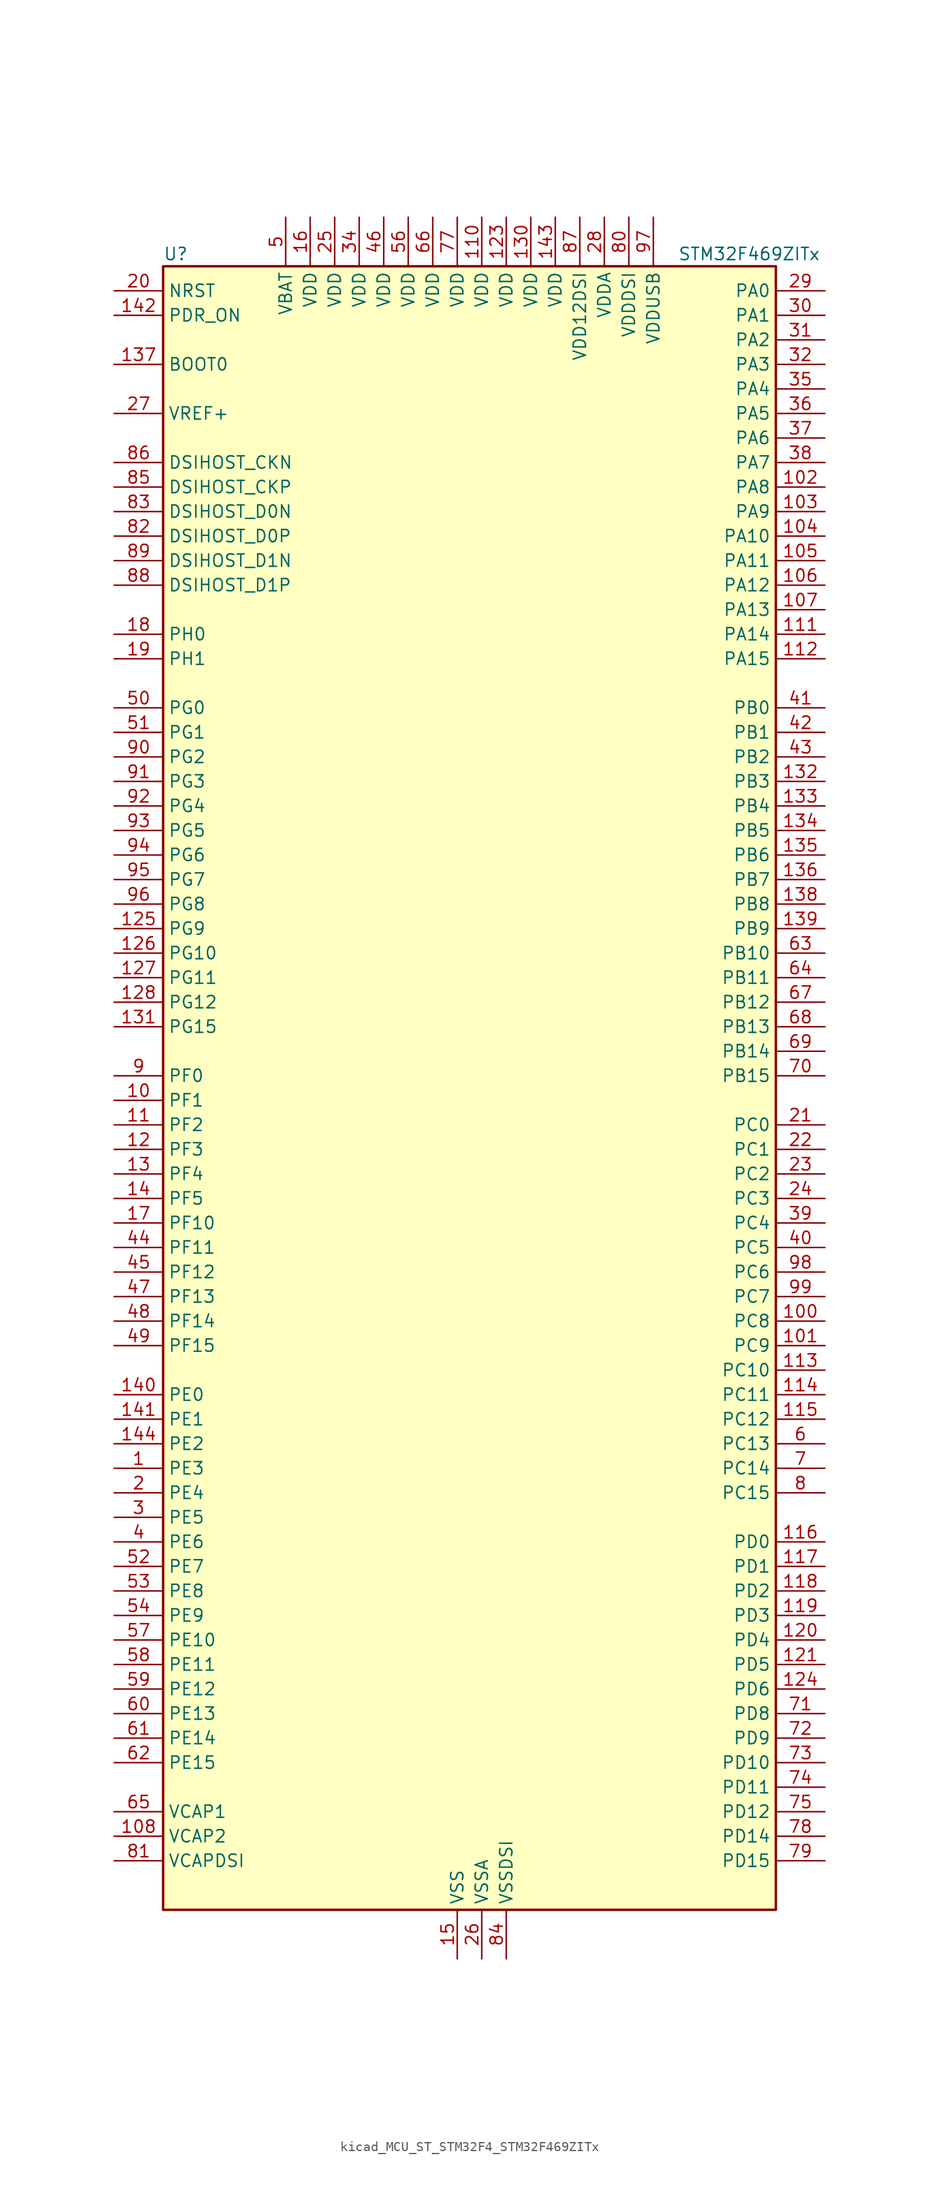
<source format=kicad_sym>
(kicad_symbol_lib
  (version 20220914)
  (generator kicad_symbol_editor)
  (symbol "kicad_MCU_ST_STM32F4_STM32F469ZITx"
    (property "Reference" "U"
      (at -30.48 87.63 0)
      (effects (font (size 1.27 1.27)) (justify left)))
    (property "Value" "STM32F469ZITx"
      (at 22.86 87.63 0)
      (effects (font (size 1.27 1.27)) (justify left)))
    (property "ki_locked" ""
      (at 0 0 0)
      (effects (font (size 1.27 1.27))))
    (symbol "kicad_MCU_ST_STM32F4_STM32F469ZITx_0_1"
      (rectangle (start -30.48 -83.82) (end 33.02 86.36) (stroke (width 0.254) (type default)) (fill (type background))))
    (symbol "kicad_MCU_ST_STM32F4_STM32F469ZITx_1_1"
      (pin bidirectional line (at -35.56 -38.1 0) (length 5.08) (name "PE3" (effects (font (size 1.27 1.27)))) (number "1" (effects (font (size 1.27 1.27)))) (alternate "FMC_A19" bidirectional line) (alternate "SAI1_SD_B" bidirectional line) (alternate "SYS_TRACED0" bidirectional line))
      (pin bidirectional line (at -35.56 0 0) (length 5.08) (name "PF1" (effects (font (size 1.27 1.27)))) (number "10" (effects (font (size 1.27 1.27)))) (alternate "FMC_A1" bidirectional line) (alternate "I2C2_SCL" bidirectional line))
      (pin bidirectional line (at 38.1 -22.86 180) (length 5.08) (name "PC8" (effects (font (size 1.27 1.27)))) (number "100" (effects (font (size 1.27 1.27)))) (alternate "DCMI_D2" bidirectional line) (alternate "SDIO_D0" bidirectional line) (alternate "SYS_TRACED1" bidirectional line) (alternate "TIM3_CH3" bidirectional line) (alternate "TIM8_CH3" bidirectional line) (alternate "USART6_CK" bidirectional line))
      (pin bidirectional line (at 38.1 -25.4 180) (length 5.08) (name "PC9" (effects (font (size 1.27 1.27)))) (number "101" (effects (font (size 1.27 1.27)))) (alternate "DAC_EXTI9" bidirectional line) (alternate "DCMI_D3" bidirectional line) (alternate "I2C3_SDA" bidirectional line) (alternate "I2S_CKIN" bidirectional line) (alternate "QUADSPI_BK1_IO0" bidirectional line) (alternate "RCC_MCO_2" bidirectional line) (alternate "SDIO_D1" bidirectional line) (alternate "TIM3_CH4" bidirectional line) (alternate "TIM8_CH4" bidirectional line))
      (pin bidirectional line (at 38.1 63.5 180) (length 5.08) (name "PA8" (effects (font (size 1.27 1.27)))) (number "102" (effects (font (size 1.27 1.27)))) (alternate "I2C3_SCL" bidirectional line) (alternate "LTDC_R6" bidirectional line) (alternate "RCC_MCO_1" bidirectional line) (alternate "TIM1_CH1" bidirectional line) (alternate "USART1_CK" bidirectional line) (alternate "USB_OTG_FS_SOF" bidirectional line))
      (pin bidirectional line (at 38.1 60.96 180) (length 5.08) (name "PA9" (effects (font (size 1.27 1.27)))) (number "103" (effects (font (size 1.27 1.27)))) (alternate "DAC_EXTI9" bidirectional line) (alternate "DCMI_D0" bidirectional line) (alternate "I2C3_SMBA" bidirectional line) (alternate "I2S2_CK" bidirectional line) (alternate "SPI2_SCK" bidirectional line) (alternate "TIM1_CH2" bidirectional line) (alternate "USART1_TX" bidirectional line) (alternate "USB_OTG_FS_VBUS" bidirectional line))
      (pin bidirectional line (at 38.1 58.42 180) (length 5.08) (name "PA10" (effects (font (size 1.27 1.27)))) (number "104" (effects (font (size 1.27 1.27)))) (alternate "DCMI_D1" bidirectional line) (alternate "TIM1_CH3" bidirectional line) (alternate "USART1_RX" bidirectional line) (alternate "USB_OTG_FS_ID" bidirectional line))
      (pin bidirectional line (at 38.1 55.88 180) (length 5.08) (name "PA11" (effects (font (size 1.27 1.27)))) (number "105" (effects (font (size 1.27 1.27)))) (alternate "ADC1_EXTI11" bidirectional line) (alternate "ADC2_EXTI11" bidirectional line) (alternate "ADC3_EXTI11" bidirectional line) (alternate "CAN1_RX" bidirectional line) (alternate "LTDC_R4" bidirectional line) (alternate "TIM1_CH4" bidirectional line) (alternate "USART1_CTS" bidirectional line) (alternate "USB_OTG_FS_DM" bidirectional line))
      (pin bidirectional line (at 38.1 53.34 180) (length 5.08) (name "PA12" (effects (font (size 1.27 1.27)))) (number "106" (effects (font (size 1.27 1.27)))) (alternate "CAN1_TX" bidirectional line) (alternate "LTDC_R5" bidirectional line) (alternate "TIM1_ETR" bidirectional line) (alternate "USART1_RTS" bidirectional line) (alternate "USB_OTG_FS_DP" bidirectional line))
      (pin bidirectional line (at 38.1 50.8 180) (length 5.08) (name "PA13" (effects (font (size 1.27 1.27)))) (number "107" (effects (font (size 1.27 1.27)))) (alternate "SYS_JTMS-SWDIO" bidirectional line))
      (pin power_out line (at -35.56 -76.2 0) (length 5.08) (name "VCAP2" (effects (font (size 1.27 1.27)))) (number "108" (effects (font (size 1.27 1.27)))))
      (pin passive line (at 0 -88.9 90) (length 5.08) hide (name "VSS" (effects (font (size 1.27 1.27)))) (number "109" (effects (font (size 1.27 1.27)))))
      (pin bidirectional line (at -35.56 -2.54 0) (length 5.08) (name "PF2" (effects (font (size 1.27 1.27)))) (number "11" (effects (font (size 1.27 1.27)))) (alternate "FMC_A2" bidirectional line) (alternate "I2C2_SMBA" bidirectional line))
      (pin power_in line (at 2.54 91.44 270) (length 5.08) (name "VDD" (effects (font (size 1.27 1.27)))) (number "110" (effects (font (size 1.27 1.27)))))
      (pin bidirectional line (at 38.1 48.26 180) (length 5.08) (name "PA14" (effects (font (size 1.27 1.27)))) (number "111" (effects (font (size 1.27 1.27)))) (alternate "SYS_JTCK-SWCLK" bidirectional line))
      (pin bidirectional line (at 38.1 45.72 180) (length 5.08) (name "PA15" (effects (font (size 1.27 1.27)))) (number "112" (effects (font (size 1.27 1.27)))) (alternate "ADC1_EXTI15" bidirectional line) (alternate "ADC2_EXTI15" bidirectional line) (alternate "ADC3_EXTI15" bidirectional line) (alternate "I2S3_WS" bidirectional line) (alternate "SPI1_NSS" bidirectional line) (alternate "SPI3_NSS" bidirectional line) (alternate "SYS_JTDI" bidirectional line) (alternate "TIM2_CH1" bidirectional line) (alternate "TIM2_ETR" bidirectional line))
      (pin bidirectional line (at 38.1 -27.94 180) (length 5.08) (name "PC10" (effects (font (size 1.27 1.27)))) (number "113" (effects (font (size 1.27 1.27)))) (alternate "DCMI_D8" bidirectional line) (alternate "I2S3_CK" bidirectional line) (alternate "LTDC_R2" bidirectional line) (alternate "QUADSPI_BK1_IO1" bidirectional line) (alternate "SDIO_D2" bidirectional line) (alternate "SPI3_SCK" bidirectional line) (alternate "UART4_TX" bidirectional line) (alternate "USART3_TX" bidirectional line))
      (pin bidirectional line (at 38.1 -30.48 180) (length 5.08) (name "PC11" (effects (font (size 1.27 1.27)))) (number "114" (effects (font (size 1.27 1.27)))) (alternate "ADC1_EXTI11" bidirectional line) (alternate "ADC2_EXTI11" bidirectional line) (alternate "ADC3_EXTI11" bidirectional line) (alternate "DCMI_D4" bidirectional line) (alternate "I2S3_ext_SD" bidirectional line) (alternate "QUADSPI_BK2_NCS" bidirectional line) (alternate "SDIO_D3" bidirectional line) (alternate "SPI3_MISO" bidirectional line) (alternate "UART4_RX" bidirectional line) (alternate "USART3_RX" bidirectional line))
      (pin bidirectional line (at 38.1 -33.02 180) (length 5.08) (name "PC12" (effects (font (size 1.27 1.27)))) (number "115" (effects (font (size 1.27 1.27)))) (alternate "DCMI_D9" bidirectional line) (alternate "I2S3_SD" bidirectional line) (alternate "SDIO_CK" bidirectional line) (alternate "SPI3_MOSI" bidirectional line) (alternate "SYS_TRACED3" bidirectional line) (alternate "UART5_TX" bidirectional line) (alternate "USART3_CK" bidirectional line))
      (pin bidirectional line (at 38.1 -45.72 180) (length 5.08) (name "PD0" (effects (font (size 1.27 1.27)))) (number "116" (effects (font (size 1.27 1.27)))) (alternate "CAN1_RX" bidirectional line) (alternate "FMC_D2" bidirectional line) (alternate "FMC_DA2" bidirectional line))
      (pin bidirectional line (at 38.1 -48.26 180) (length 5.08) (name "PD1" (effects (font (size 1.27 1.27)))) (number "117" (effects (font (size 1.27 1.27)))) (alternate "CAN1_TX" bidirectional line) (alternate "FMC_D3" bidirectional line) (alternate "FMC_DA3" bidirectional line))
      (pin bidirectional line (at 38.1 -50.8 180) (length 5.08) (name "PD2" (effects (font (size 1.27 1.27)))) (number "118" (effects (font (size 1.27 1.27)))) (alternate "DCMI_D11" bidirectional line) (alternate "SDIO_CMD" bidirectional line) (alternate "SYS_TRACED2" bidirectional line) (alternate "TIM3_ETR" bidirectional line) (alternate "UART5_RX" bidirectional line))
      (pin bidirectional line (at 38.1 -53.34 180) (length 5.08) (name "PD3" (effects (font (size 1.27 1.27)))) (number "119" (effects (font (size 1.27 1.27)))) (alternate "DCMI_D5" bidirectional line) (alternate "FMC_CLK" bidirectional line) (alternate "I2S2_CK" bidirectional line) (alternate "LTDC_G7" bidirectional line) (alternate "SPI2_SCK" bidirectional line) (alternate "USART2_CTS" bidirectional line))
      (pin bidirectional line (at -35.56 -5.08 0) (length 5.08) (name "PF3" (effects (font (size 1.27 1.27)))) (number "12" (effects (font (size 1.27 1.27)))) (alternate "ADC3_IN9" bidirectional line) (alternate "FMC_A3" bidirectional line))
      (pin bidirectional line (at 38.1 -55.88 180) (length 5.08) (name "PD4" (effects (font (size 1.27 1.27)))) (number "120" (effects (font (size 1.27 1.27)))) (alternate "FMC_NOE" bidirectional line) (alternate "USART2_RTS" bidirectional line))
      (pin bidirectional line (at 38.1 -58.42 180) (length 5.08) (name "PD5" (effects (font (size 1.27 1.27)))) (number "121" (effects (font (size 1.27 1.27)))) (alternate "FMC_NWE" bidirectional line) (alternate "USART2_TX" bidirectional line))
      (pin passive line (at 0 -88.9 90) (length 5.08) hide (name "VSS" (effects (font (size 1.27 1.27)))) (number "122" (effects (font (size 1.27 1.27)))))
      (pin power_in line (at 5.08 91.44 270) (length 5.08) (name "VDD" (effects (font (size 1.27 1.27)))) (number "123" (effects (font (size 1.27 1.27)))))
      (pin bidirectional line (at 38.1 -60.96 180) (length 5.08) (name "PD6" (effects (font (size 1.27 1.27)))) (number "124" (effects (font (size 1.27 1.27)))) (alternate "DCMI_D10" bidirectional line) (alternate "FMC_NWAIT" bidirectional line) (alternate "I2S3_SD" bidirectional line) (alternate "LTDC_B2" bidirectional line) (alternate "SAI1_SD_A" bidirectional line) (alternate "SPI3_MOSI" bidirectional line) (alternate "USART2_RX" bidirectional line))
      (pin bidirectional line (at -35.56 17.78 0) (length 5.08) (name "PG9" (effects (font (size 1.27 1.27)))) (number "125" (effects (font (size 1.27 1.27)))) (alternate "DAC_EXTI9" bidirectional line) (alternate "DCMI_VSYNC" bidirectional line) (alternate "FMC_NCE" bidirectional line) (alternate "FMC_NE2" bidirectional line) (alternate "QUADSPI_BK2_IO2" bidirectional line) (alternate "USART6_RX" bidirectional line))
      (pin bidirectional line (at -35.56 15.24 0) (length 5.08) (name "PG10" (effects (font (size 1.27 1.27)))) (number "126" (effects (font (size 1.27 1.27)))) (alternate "DCMI_D2" bidirectional line) (alternate "FMC_NE3" bidirectional line) (alternate "LTDC_B2" bidirectional line) (alternate "LTDC_G3" bidirectional line))
      (pin bidirectional line (at -35.56 12.7 0) (length 5.08) (name "PG11" (effects (font (size 1.27 1.27)))) (number "127" (effects (font (size 1.27 1.27)))) (alternate "ADC1_EXTI11" bidirectional line) (alternate "ADC2_EXTI11" bidirectional line) (alternate "ADC3_EXTI11" bidirectional line) (alternate "DCMI_D3" bidirectional line) (alternate "LTDC_B3" bidirectional line))
      (pin bidirectional line (at -35.56 10.16 0) (length 5.08) (name "PG12" (effects (font (size 1.27 1.27)))) (number "128" (effects (font (size 1.27 1.27)))) (alternate "FMC_NE4" bidirectional line) (alternate "LTDC_B1" bidirectional line) (alternate "LTDC_B4" bidirectional line) (alternate "USART6_RTS" bidirectional line))
      (pin passive line (at 0 -88.9 90) (length 5.08) hide (name "VSS" (effects (font (size 1.27 1.27)))) (number "129" (effects (font (size 1.27 1.27)))))
      (pin bidirectional line (at -35.56 -7.62 0) (length 5.08) (name "PF4" (effects (font (size 1.27 1.27)))) (number "13" (effects (font (size 1.27 1.27)))) (alternate "ADC3_IN14" bidirectional line) (alternate "FMC_A4" bidirectional line))
      (pin power_in line (at 7.62 91.44 270) (length 5.08) (name "VDD" (effects (font (size 1.27 1.27)))) (number "130" (effects (font (size 1.27 1.27)))))
      (pin bidirectional line (at -35.56 7.62 0) (length 5.08) (name "PG15" (effects (font (size 1.27 1.27)))) (number "131" (effects (font (size 1.27 1.27)))) (alternate "ADC1_EXTI15" bidirectional line) (alternate "ADC2_EXTI15" bidirectional line) (alternate "ADC3_EXTI15" bidirectional line) (alternate "DCMI_D13" bidirectional line) (alternate "FMC_SDNCAS" bidirectional line) (alternate "USART6_CTS" bidirectional line))
      (pin bidirectional line (at 38.1 33.02 180) (length 5.08) (name "PB3" (effects (font (size 1.27 1.27)))) (number "132" (effects (font (size 1.27 1.27)))) (alternate "I2S3_CK" bidirectional line) (alternate "SPI1_SCK" bidirectional line) (alternate "SPI3_SCK" bidirectional line) (alternate "SYS_JTDO-SWO" bidirectional line) (alternate "TIM2_CH2" bidirectional line))
      (pin bidirectional line (at 38.1 30.48 180) (length 5.08) (name "PB4" (effects (font (size 1.27 1.27)))) (number "133" (effects (font (size 1.27 1.27)))) (alternate "I2S3_ext_SD" bidirectional line) (alternate "SPI1_MISO" bidirectional line) (alternate "SPI3_MISO" bidirectional line) (alternate "SYS_JTRST" bidirectional line) (alternate "TIM3_CH1" bidirectional line))
      (pin bidirectional line (at 38.1 27.94 180) (length 5.08) (name "PB5" (effects (font (size 1.27 1.27)))) (number "134" (effects (font (size 1.27 1.27)))) (alternate "CAN2_RX" bidirectional line) (alternate "DCMI_D10" bidirectional line) (alternate "FMC_SDCKE1" bidirectional line) (alternate "I2C1_SMBA" bidirectional line) (alternate "I2S3_SD" bidirectional line) (alternate "LTDC_G7" bidirectional line) (alternate "SPI1_MOSI" bidirectional line) (alternate "SPI3_MOSI" bidirectional line) (alternate "TIM3_CH2" bidirectional line) (alternate "USB_OTG_HS_ULPI_D7" bidirectional line))
      (pin bidirectional line (at 38.1 25.4 180) (length 5.08) (name "PB6" (effects (font (size 1.27 1.27)))) (number "135" (effects (font (size 1.27 1.27)))) (alternate "CAN2_TX" bidirectional line) (alternate "DCMI_D5" bidirectional line) (alternate "FMC_SDNE1" bidirectional line) (alternate "I2C1_SCL" bidirectional line) (alternate "QUADSPI_BK1_NCS" bidirectional line) (alternate "TIM4_CH1" bidirectional line) (alternate "USART1_TX" bidirectional line))
      (pin bidirectional line (at 38.1 22.86 180) (length 5.08) (name "PB7" (effects (font (size 1.27 1.27)))) (number "136" (effects (font (size 1.27 1.27)))) (alternate "DCMI_VSYNC" bidirectional line) (alternate "FMC_NL" bidirectional line) (alternate "I2C1_SDA" bidirectional line) (alternate "TIM4_CH2" bidirectional line) (alternate "USART1_RX" bidirectional line))
      (pin input line (at -35.56 76.2 0) (length 5.08) (name "BOOT0" (effects (font (size 1.27 1.27)))) (number "137" (effects (font (size 1.27 1.27)))))
      (pin bidirectional line (at 38.1 20.32 180) (length 5.08) (name "PB8" (effects (font (size 1.27 1.27)))) (number "138" (effects (font (size 1.27 1.27)))) (alternate "CAN1_RX" bidirectional line) (alternate "DCMI_D6" bidirectional line) (alternate "I2C1_SCL" bidirectional line) (alternate "LTDC_B6" bidirectional line) (alternate "SDIO_D4" bidirectional line) (alternate "TIM10_CH1" bidirectional line) (alternate "TIM4_CH3" bidirectional line))
      (pin bidirectional line (at 38.1 17.78 180) (length 5.08) (name "PB9" (effects (font (size 1.27 1.27)))) (number "139" (effects (font (size 1.27 1.27)))) (alternate "CAN1_TX" bidirectional line) (alternate "DAC_EXTI9" bidirectional line) (alternate "DCMI_D7" bidirectional line) (alternate "I2C1_SDA" bidirectional line) (alternate "I2S2_WS" bidirectional line) (alternate "LTDC_B7" bidirectional line) (alternate "SDIO_D5" bidirectional line) (alternate "SPI2_NSS" bidirectional line) (alternate "TIM11_CH1" bidirectional line) (alternate "TIM4_CH4" bidirectional line))
      (pin bidirectional line (at -35.56 -10.16 0) (length 5.08) (name "PF5" (effects (font (size 1.27 1.27)))) (number "14" (effects (font (size 1.27 1.27)))) (alternate "ADC3_IN15" bidirectional line) (alternate "FMC_A5" bidirectional line))
      (pin bidirectional line (at -35.56 -30.48 0) (length 5.08) (name "PE0" (effects (font (size 1.27 1.27)))) (number "140" (effects (font (size 1.27 1.27)))) (alternate "DCMI_D2" bidirectional line) (alternate "FMC_NBL0" bidirectional line) (alternate "TIM4_ETR" bidirectional line) (alternate "UART8_RX" bidirectional line))
      (pin bidirectional line (at -35.56 -33.02 0) (length 5.08) (name "PE1" (effects (font (size 1.27 1.27)))) (number "141" (effects (font (size 1.27 1.27)))) (alternate "DCMI_D3" bidirectional line) (alternate "FMC_NBL1" bidirectional line) (alternate "UART8_TX" bidirectional line))
      (pin input line (at -35.56 81.28 0) (length 5.08) (name "PDR_ON" (effects (font (size 1.27 1.27)))) (number "142" (effects (font (size 1.27 1.27)))))
      (pin power_in line (at 10.16 91.44 270) (length 5.08) (name "VDD" (effects (font (size 1.27 1.27)))) (number "143" (effects (font (size 1.27 1.27)))))
      (pin bidirectional line (at -35.56 -35.56 0) (length 5.08) (name "PE2" (effects (font (size 1.27 1.27)))) (number "144" (effects (font (size 1.27 1.27)))) (alternate "FMC_A23" bidirectional line) (alternate "QUADSPI_BK1_IO2" bidirectional line) (alternate "SAI1_MCLK_A" bidirectional line) (alternate "SPI4_SCK" bidirectional line) (alternate "SYS_TRACECLK" bidirectional line))
      (pin power_in line (at 0 -88.9 90) (length 5.08) (name "VSS" (effects (font (size 1.27 1.27)))) (number "15" (effects (font (size 1.27 1.27)))))
      (pin power_in line (at -15.24 91.44 270) (length 5.08) (name "VDD" (effects (font (size 1.27 1.27)))) (number "16" (effects (font (size 1.27 1.27)))))
      (pin bidirectional line (at -35.56 -12.7 0) (length 5.08) (name "PF10" (effects (font (size 1.27 1.27)))) (number "17" (effects (font (size 1.27 1.27)))) (alternate "ADC3_IN8" bidirectional line) (alternate "DCMI_D11" bidirectional line) (alternate "LTDC_DE" bidirectional line) (alternate "QUADSPI_CLK" bidirectional line))
      (pin bidirectional line (at -35.56 48.26 0) (length 5.08) (name "PH0" (effects (font (size 1.27 1.27)))) (number "18" (effects (font (size 1.27 1.27)))) (alternate "RCC_OSC_IN" bidirectional line))
      (pin bidirectional line (at -35.56 45.72 0) (length 5.08) (name "PH1" (effects (font (size 1.27 1.27)))) (number "19" (effects (font (size 1.27 1.27)))) (alternate "RCC_OSC_OUT" bidirectional line))
      (pin bidirectional line (at -35.56 -40.64 0) (length 5.08) (name "PE4" (effects (font (size 1.27 1.27)))) (number "2" (effects (font (size 1.27 1.27)))) (alternate "DCMI_D4" bidirectional line) (alternate "FMC_A20" bidirectional line) (alternate "LTDC_B0" bidirectional line) (alternate "SAI1_FS_A" bidirectional line) (alternate "SPI4_NSS" bidirectional line) (alternate "SYS_TRACED1" bidirectional line))
      (pin input line (at -35.56 83.82 0) (length 5.08) (name "NRST" (effects (font (size 1.27 1.27)))) (number "20" (effects (font (size 1.27 1.27)))))
      (pin bidirectional line (at 38.1 -2.54 180) (length 5.08) (name "PC0" (effects (font (size 1.27 1.27)))) (number "21" (effects (font (size 1.27 1.27)))) (alternate "ADC1_IN10" bidirectional line) (alternate "ADC2_IN10" bidirectional line) (alternate "ADC3_IN10" bidirectional line) (alternate "FMC_SDNWE" bidirectional line) (alternate "LTDC_R5" bidirectional line) (alternate "USB_OTG_HS_ULPI_STP" bidirectional line))
      (pin bidirectional line (at 38.1 -5.08 180) (length 5.08) (name "PC1" (effects (font (size 1.27 1.27)))) (number "22" (effects (font (size 1.27 1.27)))) (alternate "ADC1_IN11" bidirectional line) (alternate "ADC2_IN11" bidirectional line) (alternate "ADC3_IN11" bidirectional line) (alternate "I2S2_SD" bidirectional line) (alternate "SAI1_SD_A" bidirectional line) (alternate "SPI2_MOSI" bidirectional line) (alternate "SYS_TRACED0" bidirectional line))
      (pin bidirectional line (at 38.1 -7.62 180) (length 5.08) (name "PC2" (effects (font (size 1.27 1.27)))) (number "23" (effects (font (size 1.27 1.27)))) (alternate "ADC1_IN12" bidirectional line) (alternate "ADC2_IN12" bidirectional line) (alternate "ADC3_IN12" bidirectional line) (alternate "FMC_SDNE0" bidirectional line) (alternate "I2S2_ext_SD" bidirectional line) (alternate "SPI2_MISO" bidirectional line) (alternate "USB_OTG_HS_ULPI_DIR" bidirectional line))
      (pin bidirectional line (at 38.1 -10.16 180) (length 5.08) (name "PC3" (effects (font (size 1.27 1.27)))) (number "24" (effects (font (size 1.27 1.27)))) (alternate "ADC1_IN13" bidirectional line) (alternate "ADC2_IN13" bidirectional line) (alternate "ADC3_IN13" bidirectional line) (alternate "FMC_SDCKE0" bidirectional line) (alternate "I2S2_SD" bidirectional line) (alternate "SPI2_MOSI" bidirectional line) (alternate "USB_OTG_HS_ULPI_NXT" bidirectional line))
      (pin power_in line (at -12.7 91.44 270) (length 5.08) (name "VDD" (effects (font (size 1.27 1.27)))) (number "25" (effects (font (size 1.27 1.27)))))
      (pin power_in line (at 2.54 -88.9 90) (length 5.08) (name "VSSA" (effects (font (size 1.27 1.27)))) (number "26" (effects (font (size 1.27 1.27)))))
      (pin input line (at -35.56 71.12 0) (length 5.08) (name "VREF+" (effects (font (size 1.27 1.27)))) (number "27" (effects (font (size 1.27 1.27)))))
      (pin power_in line (at 15.24 91.44 270) (length 5.08) (name "VDDA" (effects (font (size 1.27 1.27)))) (number "28" (effects (font (size 1.27 1.27)))))
      (pin bidirectional line (at 38.1 83.82 180) (length 5.08) (name "PA0" (effects (font (size 1.27 1.27)))) (number "29" (effects (font (size 1.27 1.27)))) (alternate "ADC1_IN0" bidirectional line) (alternate "ADC2_IN0" bidirectional line) (alternate "ADC3_IN0" bidirectional line) (alternate "SYS_WKUP" bidirectional line) (alternate "TIM2_CH1" bidirectional line) (alternate "TIM2_ETR" bidirectional line) (alternate "TIM5_CH1" bidirectional line) (alternate "TIM8_ETR" bidirectional line) (alternate "UART4_TX" bidirectional line) (alternate "USART2_CTS" bidirectional line))
      (pin bidirectional line (at -35.56 -43.18 0) (length 5.08) (name "PE5" (effects (font (size 1.27 1.27)))) (number "3" (effects (font (size 1.27 1.27)))) (alternate "DCMI_D6" bidirectional line) (alternate "FMC_A21" bidirectional line) (alternate "LTDC_G0" bidirectional line) (alternate "SAI1_SCK_A" bidirectional line) (alternate "SPI4_MISO" bidirectional line) (alternate "SYS_TRACED2" bidirectional line) (alternate "TIM9_CH1" bidirectional line))
      (pin bidirectional line (at 38.1 81.28 180) (length 5.08) (name "PA1" (effects (font (size 1.27 1.27)))) (number "30" (effects (font (size 1.27 1.27)))) (alternate "ADC1_IN1" bidirectional line) (alternate "ADC2_IN1" bidirectional line) (alternate "ADC3_IN1" bidirectional line) (alternate "LTDC_R2" bidirectional line) (alternate "QUADSPI_BK1_IO3" bidirectional line) (alternate "TIM2_CH2" bidirectional line) (alternate "TIM5_CH2" bidirectional line) (alternate "UART4_RX" bidirectional line) (alternate "USART2_RTS" bidirectional line))
      (pin bidirectional line (at 38.1 78.74 180) (length 5.08) (name "PA2" (effects (font (size 1.27 1.27)))) (number "31" (effects (font (size 1.27 1.27)))) (alternate "ADC1_IN2" bidirectional line) (alternate "ADC2_IN2" bidirectional line) (alternate "ADC3_IN2" bidirectional line) (alternate "LTDC_R1" bidirectional line) (alternate "TIM2_CH3" bidirectional line) (alternate "TIM5_CH3" bidirectional line) (alternate "TIM9_CH1" bidirectional line) (alternate "USART2_TX" bidirectional line))
      (pin bidirectional line (at 38.1 76.2 180) (length 5.08) (name "PA3" (effects (font (size 1.27 1.27)))) (number "32" (effects (font (size 1.27 1.27)))) (alternate "ADC1_IN3" bidirectional line) (alternate "ADC2_IN3" bidirectional line) (alternate "ADC3_IN3" bidirectional line) (alternate "LTDC_B2" bidirectional line) (alternate "LTDC_B5" bidirectional line) (alternate "TIM2_CH4" bidirectional line) (alternate "TIM5_CH4" bidirectional line) (alternate "TIM9_CH2" bidirectional line) (alternate "USART2_RX" bidirectional line) (alternate "USB_OTG_HS_ULPI_D0" bidirectional line))
      (pin passive line (at 0 -88.9 90) (length 5.08) hide (name "VSS" (effects (font (size 1.27 1.27)))) (number "33" (effects (font (size 1.27 1.27)))))
      (pin power_in line (at -10.16 91.44 270) (length 5.08) (name "VDD" (effects (font (size 1.27 1.27)))) (number "34" (effects (font (size 1.27 1.27)))))
      (pin bidirectional line (at 38.1 73.66 180) (length 5.08) (name "PA4" (effects (font (size 1.27 1.27)))) (number "35" (effects (font (size 1.27 1.27)))) (alternate "ADC1_IN4" bidirectional line) (alternate "ADC2_IN4" bidirectional line) (alternate "DAC_OUT1" bidirectional line) (alternate "DCMI_HSYNC" bidirectional line) (alternate "I2S3_WS" bidirectional line) (alternate "LTDC_VSYNC" bidirectional line) (alternate "SPI1_NSS" bidirectional line) (alternate "SPI3_NSS" bidirectional line) (alternate "USART2_CK" bidirectional line) (alternate "USB_OTG_HS_SOF" bidirectional line))
      (pin bidirectional line (at 38.1 71.12 180) (length 5.08) (name "PA5" (effects (font (size 1.27 1.27)))) (number "36" (effects (font (size 1.27 1.27)))) (alternate "ADC1_IN5" bidirectional line) (alternate "ADC2_IN5" bidirectional line) (alternate "DAC_OUT2" bidirectional line) (alternate "LTDC_R4" bidirectional line) (alternate "SPI1_SCK" bidirectional line) (alternate "TIM2_CH1" bidirectional line) (alternate "TIM2_ETR" bidirectional line) (alternate "TIM8_CH1N" bidirectional line) (alternate "USB_OTG_HS_ULPI_CK" bidirectional line))
      (pin bidirectional line (at 38.1 68.58 180) (length 5.08) (name "PA6" (effects (font (size 1.27 1.27)))) (number "37" (effects (font (size 1.27 1.27)))) (alternate "ADC1_IN6" bidirectional line) (alternate "ADC2_IN6" bidirectional line) (alternate "DCMI_PIXCLK" bidirectional line) (alternate "LTDC_G2" bidirectional line) (alternate "SPI1_MISO" bidirectional line) (alternate "TIM13_CH1" bidirectional line) (alternate "TIM1_BKIN" bidirectional line) (alternate "TIM3_CH1" bidirectional line) (alternate "TIM8_BKIN" bidirectional line))
      (pin bidirectional line (at 38.1 66.04 180) (length 5.08) (name "PA7" (effects (font (size 1.27 1.27)))) (number "38" (effects (font (size 1.27 1.27)))) (alternate "ADC1_IN7" bidirectional line) (alternate "ADC2_IN7" bidirectional line) (alternate "FMC_SDNWE" bidirectional line) (alternate "QUADSPI_CLK" bidirectional line) (alternate "SPI1_MOSI" bidirectional line) (alternate "TIM14_CH1" bidirectional line) (alternate "TIM1_CH1N" bidirectional line) (alternate "TIM3_CH2" bidirectional line) (alternate "TIM8_CH1N" bidirectional line))
      (pin bidirectional line (at 38.1 -12.7 180) (length 5.08) (name "PC4" (effects (font (size 1.27 1.27)))) (number "39" (effects (font (size 1.27 1.27)))) (alternate "ADC1_IN14" bidirectional line) (alternate "ADC2_IN14" bidirectional line) (alternate "FMC_SDNE0" bidirectional line))
      (pin bidirectional line (at -35.56 -45.72 0) (length 5.08) (name "PE6" (effects (font (size 1.27 1.27)))) (number "4" (effects (font (size 1.27 1.27)))) (alternate "DCMI_D7" bidirectional line) (alternate "FMC_A22" bidirectional line) (alternate "LTDC_G1" bidirectional line) (alternate "SAI1_SD_A" bidirectional line) (alternate "SPI4_MOSI" bidirectional line) (alternate "SYS_TRACED3" bidirectional line) (alternate "TIM9_CH2" bidirectional line))
      (pin bidirectional line (at 38.1 -15.24 180) (length 5.08) (name "PC5" (effects (font (size 1.27 1.27)))) (number "40" (effects (font (size 1.27 1.27)))) (alternate "ADC1_IN15" bidirectional line) (alternate "ADC2_IN15" bidirectional line) (alternate "FMC_SDCKE0" bidirectional line))
      (pin bidirectional line (at 38.1 40.64 180) (length 5.08) (name "PB0" (effects (font (size 1.27 1.27)))) (number "41" (effects (font (size 1.27 1.27)))) (alternate "ADC1_IN8" bidirectional line) (alternate "ADC2_IN8" bidirectional line) (alternate "LTDC_G1" bidirectional line) (alternate "LTDC_R3" bidirectional line) (alternate "TIM1_CH2N" bidirectional line) (alternate "TIM3_CH3" bidirectional line) (alternate "TIM8_CH2N" bidirectional line) (alternate "USB_OTG_HS_ULPI_D1" bidirectional line))
      (pin bidirectional line (at 38.1 38.1 180) (length 5.08) (name "PB1" (effects (font (size 1.27 1.27)))) (number "42" (effects (font (size 1.27 1.27)))) (alternate "ADC1_IN9" bidirectional line) (alternate "ADC2_IN9" bidirectional line) (alternate "LTDC_G0" bidirectional line) (alternate "LTDC_R6" bidirectional line) (alternate "TIM1_CH3N" bidirectional line) (alternate "TIM3_CH4" bidirectional line) (alternate "TIM8_CH3N" bidirectional line) (alternate "USB_OTG_HS_ULPI_D2" bidirectional line))
      (pin bidirectional line (at 38.1 35.56 180) (length 5.08) (name "PB2" (effects (font (size 1.27 1.27)))) (number "43" (effects (font (size 1.27 1.27)))))
      (pin bidirectional line (at -35.56 -15.24 0) (length 5.08) (name "PF11" (effects (font (size 1.27 1.27)))) (number "44" (effects (font (size 1.27 1.27)))) (alternate "ADC1_EXTI11" bidirectional line) (alternate "ADC2_EXTI11" bidirectional line) (alternate "ADC3_EXTI11" bidirectional line) (alternate "DCMI_D12" bidirectional line) (alternate "FMC_SDNRAS" bidirectional line))
      (pin bidirectional line (at -35.56 -17.78 0) (length 5.08) (name "PF12" (effects (font (size 1.27 1.27)))) (number "45" (effects (font (size 1.27 1.27)))) (alternate "FMC_A6" bidirectional line))
      (pin power_in line (at -7.62 91.44 270) (length 5.08) (name "VDD" (effects (font (size 1.27 1.27)))) (number "46" (effects (font (size 1.27 1.27)))))
      (pin bidirectional line (at -35.56 -20.32 0) (length 5.08) (name "PF13" (effects (font (size 1.27 1.27)))) (number "47" (effects (font (size 1.27 1.27)))) (alternate "FMC_A7" bidirectional line))
      (pin bidirectional line (at -35.56 -22.86 0) (length 5.08) (name "PF14" (effects (font (size 1.27 1.27)))) (number "48" (effects (font (size 1.27 1.27)))) (alternate "FMC_A8" bidirectional line))
      (pin bidirectional line (at -35.56 -25.4 0) (length 5.08) (name "PF15" (effects (font (size 1.27 1.27)))) (number "49" (effects (font (size 1.27 1.27)))) (alternate "ADC1_EXTI15" bidirectional line) (alternate "ADC2_EXTI15" bidirectional line) (alternate "ADC3_EXTI15" bidirectional line) (alternate "FMC_A9" bidirectional line))
      (pin power_in line (at -17.78 91.44 270) (length 5.08) (name "VBAT" (effects (font (size 1.27 1.27)))) (number "5" (effects (font (size 1.27 1.27)))))
      (pin bidirectional line (at -35.56 40.64 0) (length 5.08) (name "PG0" (effects (font (size 1.27 1.27)))) (number "50" (effects (font (size 1.27 1.27)))) (alternate "FMC_A10" bidirectional line))
      (pin bidirectional line (at -35.56 38.1 0) (length 5.08) (name "PG1" (effects (font (size 1.27 1.27)))) (number "51" (effects (font (size 1.27 1.27)))) (alternate "FMC_A11" bidirectional line))
      (pin bidirectional line (at -35.56 -48.26 0) (length 5.08) (name "PE7" (effects (font (size 1.27 1.27)))) (number "52" (effects (font (size 1.27 1.27)))) (alternate "FMC_D4" bidirectional line) (alternate "FMC_DA4" bidirectional line) (alternate "QUADSPI_BK2_IO0" bidirectional line) (alternate "TIM1_ETR" bidirectional line) (alternate "UART7_RX" bidirectional line))
      (pin bidirectional line (at -35.56 -50.8 0) (length 5.08) (name "PE8" (effects (font (size 1.27 1.27)))) (number "53" (effects (font (size 1.27 1.27)))) (alternate "FMC_D5" bidirectional line) (alternate "FMC_DA5" bidirectional line) (alternate "QUADSPI_BK2_IO1" bidirectional line) (alternate "TIM1_CH1N" bidirectional line) (alternate "UART7_TX" bidirectional line))
      (pin bidirectional line (at -35.56 -53.34 0) (length 5.08) (name "PE9" (effects (font (size 1.27 1.27)))) (number "54" (effects (font (size 1.27 1.27)))) (alternate "DAC_EXTI9" bidirectional line) (alternate "FMC_D6" bidirectional line) (alternate "FMC_DA6" bidirectional line) (alternate "QUADSPI_BK2_IO2" bidirectional line) (alternate "TIM1_CH1" bidirectional line))
      (pin passive line (at 0 -88.9 90) (length 5.08) hide (name "VSS" (effects (font (size 1.27 1.27)))) (number "55" (effects (font (size 1.27 1.27)))))
      (pin power_in line (at -5.08 91.44 270) (length 5.08) (name "VDD" (effects (font (size 1.27 1.27)))) (number "56" (effects (font (size 1.27 1.27)))))
      (pin bidirectional line (at -35.56 -55.88 0) (length 5.08) (name "PE10" (effects (font (size 1.27 1.27)))) (number "57" (effects (font (size 1.27 1.27)))) (alternate "FMC_D7" bidirectional line) (alternate "FMC_DA7" bidirectional line) (alternate "QUADSPI_BK2_IO3" bidirectional line) (alternate "TIM1_CH2N" bidirectional line))
      (pin bidirectional line (at -35.56 -58.42 0) (length 5.08) (name "PE11" (effects (font (size 1.27 1.27)))) (number "58" (effects (font (size 1.27 1.27)))) (alternate "ADC1_EXTI11" bidirectional line) (alternate "ADC2_EXTI11" bidirectional line) (alternate "ADC3_EXTI11" bidirectional line) (alternate "FMC_D8" bidirectional line) (alternate "FMC_DA8" bidirectional line) (alternate "LTDC_G3" bidirectional line) (alternate "SPI4_NSS" bidirectional line) (alternate "TIM1_CH2" bidirectional line))
      (pin bidirectional line (at -35.56 -60.96 0) (length 5.08) (name "PE12" (effects (font (size 1.27 1.27)))) (number "59" (effects (font (size 1.27 1.27)))) (alternate "FMC_D9" bidirectional line) (alternate "FMC_DA9" bidirectional line) (alternate "LTDC_B4" bidirectional line) (alternate "SPI4_SCK" bidirectional line) (alternate "TIM1_CH3N" bidirectional line))
      (pin bidirectional line (at 38.1 -35.56 180) (length 5.08) (name "PC13" (effects (font (size 1.27 1.27)))) (number "6" (effects (font (size 1.27 1.27)))) (alternate "RTC_AF1" bidirectional line))
      (pin bidirectional line (at -35.56 -63.5 0) (length 5.08) (name "PE13" (effects (font (size 1.27 1.27)))) (number "60" (effects (font (size 1.27 1.27)))) (alternate "FMC_D10" bidirectional line) (alternate "FMC_DA10" bidirectional line) (alternate "LTDC_DE" bidirectional line) (alternate "SPI4_MISO" bidirectional line) (alternate "TIM1_CH3" bidirectional line))
      (pin bidirectional line (at -35.56 -66.04 0) (length 5.08) (name "PE14" (effects (font (size 1.27 1.27)))) (number "61" (effects (font (size 1.27 1.27)))) (alternate "FMC_D11" bidirectional line) (alternate "FMC_DA11" bidirectional line) (alternate "LTDC_CLK" bidirectional line) (alternate "SPI4_MOSI" bidirectional line) (alternate "TIM1_CH4" bidirectional line))
      (pin bidirectional line (at -35.56 -68.58 0) (length 5.08) (name "PE15" (effects (font (size 1.27 1.27)))) (number "62" (effects (font (size 1.27 1.27)))) (alternate "ADC1_EXTI15" bidirectional line) (alternate "ADC2_EXTI15" bidirectional line) (alternate "ADC3_EXTI15" bidirectional line) (alternate "FMC_D12" bidirectional line) (alternate "FMC_DA12" bidirectional line) (alternate "LTDC_R7" bidirectional line) (alternate "TIM1_BKIN" bidirectional line))
      (pin bidirectional line (at 38.1 15.24 180) (length 5.08) (name "PB10" (effects (font (size 1.27 1.27)))) (number "63" (effects (font (size 1.27 1.27)))) (alternate "I2C2_SCL" bidirectional line) (alternate "I2S2_CK" bidirectional line) (alternate "LTDC_G4" bidirectional line) (alternate "QUADSPI_BK1_NCS" bidirectional line) (alternate "SPI2_SCK" bidirectional line) (alternate "TIM2_CH3" bidirectional line) (alternate "USART3_TX" bidirectional line) (alternate "USB_OTG_HS_ULPI_D3" bidirectional line))
      (pin bidirectional line (at 38.1 12.7 180) (length 5.08) (name "PB11" (effects (font (size 1.27 1.27)))) (number "64" (effects (font (size 1.27 1.27)))) (alternate "ADC1_EXTI11" bidirectional line) (alternate "ADC2_EXTI11" bidirectional line) (alternate "ADC3_EXTI11" bidirectional line) (alternate "DSIHOST_TE" bidirectional line) (alternate "I2C2_SDA" bidirectional line) (alternate "LTDC_G5" bidirectional line) (alternate "TIM2_CH4" bidirectional line) (alternate "USART3_RX" bidirectional line) (alternate "USB_OTG_HS_ULPI_D4" bidirectional line))
      (pin power_out line (at -35.56 -73.66 0) (length 5.08) (name "VCAP1" (effects (font (size 1.27 1.27)))) (number "65" (effects (font (size 1.27 1.27)))))
      (pin power_in line (at -2.54 91.44 270) (length 5.08) (name "VDD" (effects (font (size 1.27 1.27)))) (number "66" (effects (font (size 1.27 1.27)))))
      (pin bidirectional line (at 38.1 10.16 180) (length 5.08) (name "PB12" (effects (font (size 1.27 1.27)))) (number "67" (effects (font (size 1.27 1.27)))) (alternate "CAN2_RX" bidirectional line) (alternate "I2C2_SMBA" bidirectional line) (alternate "I2S2_WS" bidirectional line) (alternate "SPI2_NSS" bidirectional line) (alternate "TIM1_BKIN" bidirectional line) (alternate "USART3_CK" bidirectional line) (alternate "USB_OTG_HS_ID" bidirectional line) (alternate "USB_OTG_HS_ULPI_D5" bidirectional line))
      (pin bidirectional line (at 38.1 7.62 180) (length 5.08) (name "PB13" (effects (font (size 1.27 1.27)))) (number "68" (effects (font (size 1.27 1.27)))) (alternate "CAN2_TX" bidirectional line) (alternate "I2S2_CK" bidirectional line) (alternate "SPI2_SCK" bidirectional line) (alternate "TIM1_CH1N" bidirectional line) (alternate "USART3_CTS" bidirectional line) (alternate "USB_OTG_HS_ULPI_D6" bidirectional line) (alternate "USB_OTG_HS_VBUS" bidirectional line))
      (pin bidirectional line (at 38.1 5.08 180) (length 5.08) (name "PB14" (effects (font (size 1.27 1.27)))) (number "69" (effects (font (size 1.27 1.27)))) (alternate "I2S2_ext_SD" bidirectional line) (alternate "SPI2_MISO" bidirectional line) (alternate "TIM12_CH1" bidirectional line) (alternate "TIM1_CH2N" bidirectional line) (alternate "TIM8_CH2N" bidirectional line) (alternate "USART3_RTS" bidirectional line) (alternate "USB_OTG_HS_DM" bidirectional line))
      (pin bidirectional line (at 38.1 -38.1 180) (length 5.08) (name "PC14" (effects (font (size 1.27 1.27)))) (number "7" (effects (font (size 1.27 1.27)))) (alternate "RCC_OSC32_IN" bidirectional line))
      (pin bidirectional line (at 38.1 2.54 180) (length 5.08) (name "PB15" (effects (font (size 1.27 1.27)))) (number "70" (effects (font (size 1.27 1.27)))) (alternate "ADC1_EXTI15" bidirectional line) (alternate "ADC2_EXTI15" bidirectional line) (alternate "ADC3_EXTI15" bidirectional line) (alternate "I2S2_SD" bidirectional line) (alternate "RTC_REFIN" bidirectional line) (alternate "SPI2_MOSI" bidirectional line) (alternate "TIM12_CH2" bidirectional line) (alternate "TIM1_CH3N" bidirectional line) (alternate "TIM8_CH3N" bidirectional line) (alternate "USB_OTG_HS_DP" bidirectional line))
      (pin bidirectional line (at 38.1 -63.5 180) (length 5.08) (name "PD8" (effects (font (size 1.27 1.27)))) (number "71" (effects (font (size 1.27 1.27)))) (alternate "FMC_D13" bidirectional line) (alternate "FMC_DA13" bidirectional line) (alternate "USART3_TX" bidirectional line))
      (pin bidirectional line (at 38.1 -66.04 180) (length 5.08) (name "PD9" (effects (font (size 1.27 1.27)))) (number "72" (effects (font (size 1.27 1.27)))) (alternate "DAC_EXTI9" bidirectional line) (alternate "FMC_D14" bidirectional line) (alternate "FMC_DA14" bidirectional line) (alternate "USART3_RX" bidirectional line))
      (pin bidirectional line (at 38.1 -68.58 180) (length 5.08) (name "PD10" (effects (font (size 1.27 1.27)))) (number "73" (effects (font (size 1.27 1.27)))) (alternate "FMC_D15" bidirectional line) (alternate "FMC_DA15" bidirectional line) (alternate "LTDC_B3" bidirectional line) (alternate "USART3_CK" bidirectional line))
      (pin bidirectional line (at 38.1 -71.12 180) (length 5.08) (name "PD11" (effects (font (size 1.27 1.27)))) (number "74" (effects (font (size 1.27 1.27)))) (alternate "ADC1_EXTI11" bidirectional line) (alternate "ADC2_EXTI11" bidirectional line) (alternate "ADC3_EXTI11" bidirectional line) (alternate "FMC_A16" bidirectional line) (alternate "FMC_CLE" bidirectional line) (alternate "QUADSPI_BK1_IO0" bidirectional line) (alternate "USART3_CTS" bidirectional line))
      (pin bidirectional line (at 38.1 -73.66 180) (length 5.08) (name "PD12" (effects (font (size 1.27 1.27)))) (number "75" (effects (font (size 1.27 1.27)))) (alternate "FMC_A17" bidirectional line) (alternate "FMC_ALE" bidirectional line) (alternate "QUADSPI_BK1_IO1" bidirectional line) (alternate "TIM4_CH1" bidirectional line) (alternate "USART3_RTS" bidirectional line))
      (pin passive line (at 0 -88.9 90) (length 5.08) hide (name "VSS" (effects (font (size 1.27 1.27)))) (number "76" (effects (font (size 1.27 1.27)))))
      (pin power_in line (at 0 91.44 270) (length 5.08) (name "VDD" (effects (font (size 1.27 1.27)))) (number "77" (effects (font (size 1.27 1.27)))))
      (pin bidirectional line (at 38.1 -76.2 180) (length 5.08) (name "PD14" (effects (font (size 1.27 1.27)))) (number "78" (effects (font (size 1.27 1.27)))) (alternate "FMC_D0" bidirectional line) (alternate "FMC_DA0" bidirectional line) (alternate "TIM4_CH3" bidirectional line))
      (pin bidirectional line (at 38.1 -78.74 180) (length 5.08) (name "PD15" (effects (font (size 1.27 1.27)))) (number "79" (effects (font (size 1.27 1.27)))) (alternate "ADC1_EXTI15" bidirectional line) (alternate "ADC2_EXTI15" bidirectional line) (alternate "ADC3_EXTI15" bidirectional line) (alternate "FMC_D1" bidirectional line) (alternate "FMC_DA1" bidirectional line) (alternate "TIM4_CH4" bidirectional line))
      (pin bidirectional line (at 38.1 -40.64 180) (length 5.08) (name "PC15" (effects (font (size 1.27 1.27)))) (number "8" (effects (font (size 1.27 1.27)))) (alternate "ADC1_EXTI15" bidirectional line) (alternate "ADC2_EXTI15" bidirectional line) (alternate "ADC3_EXTI15" bidirectional line) (alternate "RCC_OSC32_OUT" bidirectional line))
      (pin power_in line (at 17.78 91.44 270) (length 5.08) (name "VDDDSI" (effects (font (size 1.27 1.27)))) (number "80" (effects (font (size 1.27 1.27)))))
      (pin power_out line (at -35.56 -78.74 0) (length 5.08) (name "VCAPDSI" (effects (font (size 1.27 1.27)))) (number "81" (effects (font (size 1.27 1.27)))))
      (pin bidirectional line (at -35.56 58.42 0) (length 5.08) (name "DSIHOST_D0P" (effects (font (size 1.27 1.27)))) (number "82" (effects (font (size 1.27 1.27)))) (alternate "DSIHOST_D0P" bidirectional line))
      (pin bidirectional line (at -35.56 60.96 0) (length 5.08) (name "DSIHOST_D0N" (effects (font (size 1.27 1.27)))) (number "83" (effects (font (size 1.27 1.27)))) (alternate "DSIHOST_D0N" bidirectional line))
      (pin power_in line (at 5.08 -88.9 90) (length 5.08) (name "VSSDSI" (effects (font (size 1.27 1.27)))) (number "84" (effects (font (size 1.27 1.27)))))
      (pin bidirectional line (at -35.56 63.5 0) (length 5.08) (name "DSIHOST_CKP" (effects (font (size 1.27 1.27)))) (number "85" (effects (font (size 1.27 1.27)))) (alternate "DSIHOST_CKP" bidirectional line))
      (pin bidirectional line (at -35.56 66.04 0) (length 5.08) (name "DSIHOST_CKN" (effects (font (size 1.27 1.27)))) (number "86" (effects (font (size 1.27 1.27)))) (alternate "DSIHOST_CKN" bidirectional line))
      (pin power_in line (at 12.7 91.44 270) (length 5.08) (name "VDD12DSI" (effects (font (size 1.27 1.27)))) (number "87" (effects (font (size 1.27 1.27)))))
      (pin bidirectional line (at -35.56 53.34 0) (length 5.08) (name "DSIHOST_D1P" (effects (font (size 1.27 1.27)))) (number "88" (effects (font (size 1.27 1.27)))) (alternate "DSIHOST_D1P" bidirectional line))
      (pin bidirectional line (at -35.56 55.88 0) (length 5.08) (name "DSIHOST_D1N" (effects (font (size 1.27 1.27)))) (number "89" (effects (font (size 1.27 1.27)))) (alternate "DSIHOST_D1N" bidirectional line))
      (pin bidirectional line (at -35.56 2.54 0) (length 5.08) (name "PF0" (effects (font (size 1.27 1.27)))) (number "9" (effects (font (size 1.27 1.27)))) (alternate "FMC_A0" bidirectional line) (alternate "I2C2_SDA" bidirectional line))
      (pin bidirectional line (at -35.56 35.56 0) (length 5.08) (name "PG2" (effects (font (size 1.27 1.27)))) (number "90" (effects (font (size 1.27 1.27)))) (alternate "FMC_A12" bidirectional line))
      (pin bidirectional line (at -35.56 33.02 0) (length 5.08) (name "PG3" (effects (font (size 1.27 1.27)))) (number "91" (effects (font (size 1.27 1.27)))) (alternate "FMC_A13" bidirectional line))
      (pin bidirectional line (at -35.56 30.48 0) (length 5.08) (name "PG4" (effects (font (size 1.27 1.27)))) (number "92" (effects (font (size 1.27 1.27)))) (alternate "FMC_A14" bidirectional line) (alternate "FMC_BA0" bidirectional line))
      (pin bidirectional line (at -35.56 27.94 0) (length 5.08) (name "PG5" (effects (font (size 1.27 1.27)))) (number "93" (effects (font (size 1.27 1.27)))) (alternate "FMC_A15" bidirectional line) (alternate "FMC_BA1" bidirectional line))
      (pin bidirectional line (at -35.56 25.4 0) (length 5.08) (name "PG6" (effects (font (size 1.27 1.27)))) (number "94" (effects (font (size 1.27 1.27)))) (alternate "DCMI_D12" bidirectional line) (alternate "LTDC_R7" bidirectional line))
      (pin bidirectional line (at -35.56 22.86 0) (length 5.08) (name "PG7" (effects (font (size 1.27 1.27)))) (number "95" (effects (font (size 1.27 1.27)))) (alternate "DCMI_D13" bidirectional line) (alternate "FMC_INT" bidirectional line) (alternate "LTDC_CLK" bidirectional line) (alternate "SAI1_MCLK_A" bidirectional line) (alternate "USART6_CK" bidirectional line))
      (pin bidirectional line (at -35.56 20.32 0) (length 5.08) (name "PG8" (effects (font (size 1.27 1.27)))) (number "96" (effects (font (size 1.27 1.27)))) (alternate "FMC_SDCLK" bidirectional line) (alternate "LTDC_G7" bidirectional line) (alternate "USART6_RTS" bidirectional line))
      (pin power_in line (at 20.32 91.44 270) (length 5.08) (name "VDDUSB" (effects (font (size 1.27 1.27)))) (number "97" (effects (font (size 1.27 1.27)))))
      (pin bidirectional line (at 38.1 -17.78 180) (length 5.08) (name "PC6" (effects (font (size 1.27 1.27)))) (number "98" (effects (font (size 1.27 1.27)))) (alternate "DCMI_D0" bidirectional line) (alternate "I2S2_MCK" bidirectional line) (alternate "LTDC_HSYNC" bidirectional line) (alternate "SDIO_D6" bidirectional line) (alternate "TIM3_CH1" bidirectional line) (alternate "TIM8_CH1" bidirectional line) (alternate "USART6_TX" bidirectional line))
      (pin bidirectional line (at 38.1 -20.32 180) (length 5.08) (name "PC7" (effects (font (size 1.27 1.27)))) (number "99" (effects (font (size 1.27 1.27)))) (alternate "DCMI_D1" bidirectional line) (alternate "I2S3_MCK" bidirectional line) (alternate "LTDC_G6" bidirectional line) (alternate "SDIO_D7" bidirectional line) (alternate "TIM3_CH2" bidirectional line) (alternate "TIM8_CH2" bidirectional line) (alternate "USART6_RX" bidirectional line)))))
</source>
